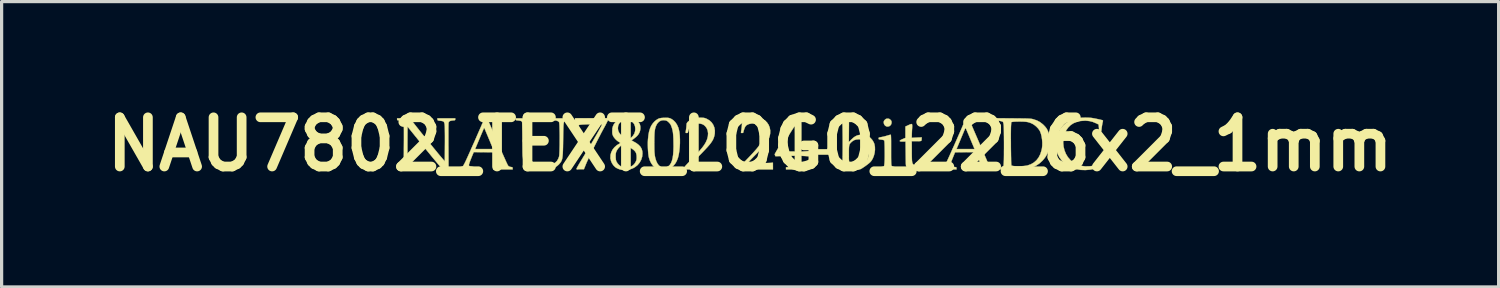
<source format=kicad_pcb>
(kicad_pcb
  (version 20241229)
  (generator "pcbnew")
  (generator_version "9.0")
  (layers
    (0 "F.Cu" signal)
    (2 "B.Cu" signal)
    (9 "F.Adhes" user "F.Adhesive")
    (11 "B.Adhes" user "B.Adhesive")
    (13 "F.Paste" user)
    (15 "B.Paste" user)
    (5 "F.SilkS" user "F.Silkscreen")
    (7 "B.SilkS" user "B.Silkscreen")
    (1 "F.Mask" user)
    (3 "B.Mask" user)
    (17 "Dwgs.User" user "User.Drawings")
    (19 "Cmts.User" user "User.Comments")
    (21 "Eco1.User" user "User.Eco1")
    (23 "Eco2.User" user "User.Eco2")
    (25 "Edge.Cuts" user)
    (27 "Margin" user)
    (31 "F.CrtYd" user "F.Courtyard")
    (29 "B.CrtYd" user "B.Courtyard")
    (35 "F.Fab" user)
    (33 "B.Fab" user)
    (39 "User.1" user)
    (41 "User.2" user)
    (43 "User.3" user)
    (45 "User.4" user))
  (footprint "NAU7802_TEXT_LOGO_22_6x2_1mm"
    (layer "F.Cu")
    (at 20.182 1.418)
    (property "Reference" "NAU7802_TEXT_LOGO_22_6x2_1mm" (at 0 0 0) (layer "F.SilkS") (effects (font (size 1.524 1.524) (thickness 0.3))))
    (attr through_hole)
    (fp_poly (pts (xy 4.294 -0.791) (xy 4.319 -0.78) (xy 4.346 -0.758) (xy 4.369 -0.731) (xy 4.379 -0.705) (xy 4.381 -0.673) (xy 4.372 -0.625) (xy 4.347 -0.586) (xy 4.31 -0.559) (xy 4.264 -0.548) (xy 4.226 -0.552) (xy 4.185 -0.573) (xy 4.155 -0.61) (xy 4.139 -0.656) (xy 4.138 -0.674) (xy 4.141 -0.708) (xy 4.152 -0.733) (xy 4.174 -0.758) (xy 4.201 -0.781) (xy 4.226 -0.791) (xy 4.26 -0.794) (xy 4.294 -0.791)) (stroke (width 0.01) (type solid)) (fill yes) (layer "F.SilkS"))
    (fp_poly (pts (xy 2.403 0.154) (xy 2.482 0.155) (xy 2.543 0.157) (xy 2.584 0.159) (xy 2.606 0.162) (xy 2.609 0.164) (xy 2.605 0.179) (xy 2.597 0.207) (xy 2.585 0.244) (xy 2.583 0.249) (xy 2.559 0.323) (xy 2.257 0.323) (xy 2.18 0.323) (xy 2.109 0.322) (xy 2.049 0.321) (xy 2.001 0.32) (xy 1.968 0.319) (xy 1.953 0.318) (xy 1.953 0.317) (xy 1.954 0.305) (xy 1.961 0.279) (xy 1.973 0.243) (xy 1.976 0.233) (xy 2.004 0.153) (xy 2.306 0.153) (xy 2.403 0.154)) (stroke (width 0.01) (type solid)) (fill yes) (layer "F.SilkS"))
    (fp_poly (pts (xy -4.392 -0.781) (xy -4.397 -0.762) (xy -4.412 -0.728) (xy -4.435 -0.68) (xy -4.466 -0.62) (xy -4.502 -0.551) (xy -4.516 -0.527) (xy -4.565 -0.436) (xy -4.619 -0.335) (xy -4.675 -0.227) (xy -4.733 -0.115) (xy -4.79 -0.001) (xy -4.847 0.113) (xy -4.901 0.222) (xy -4.951 0.326) (xy -4.996 0.42) (xy -5.035 0.503) (xy -5.066 0.572) (xy -5.08 0.606) (xy -5.148 0.773) (xy -5.233 0.773) (xy -5.276 0.773) (xy -5.313 0.775) (xy -5.337 0.778) (xy -5.34 0.779) (xy -5.36 0.78) (xy -5.369 0.777) (xy -5.376 0.76) (xy -5.376 0.754) (xy -5.371 0.742) (xy -5.356 0.714) (xy -5.332 0.672) (xy -5.302 0.619) (xy -5.265 0.557) (xy -5.224 0.489) (xy -5.198 0.446) (xy -5.109 0.299) (xy -5.024 0.159) (xy -4.946 0.027) (xy -4.874 -0.095) (xy -4.809 -0.207) (xy -4.751 -0.307) (xy -4.701 -0.395) (xy -4.66 -0.47) (xy -4.627 -0.53) (xy -4.604 -0.576) (xy -4.592 -0.605) (xy -4.59 -0.617) (xy -4.601 -0.619) (xy -4.631 -0.621) (xy -4.676 -0.622) (xy -4.733 -0.622) (xy -4.798 -0.622) (xy -4.869 -0.621) (xy -4.943 -0.619) (xy -5.016 -0.618) (xy -5.085 -0.615) (xy -5.148 -0.613) (xy -5.201 -0.61) (xy -5.237 -0.607) (xy -5.274 -0.603) (xy -5.296 -0.597) (xy -5.309 -0.586) (xy -5.318 -0.569) (xy -5.318 -0.568) (xy -5.325 -0.545) (xy -5.332 -0.507) (xy -5.34 -0.461) (xy -5.347 -0.413) (xy -5.352 -0.369) (xy -5.355 -0.336) (xy -5.355 -0.331) (xy -5.365 -0.321) (xy -5.389 -0.318) (xy -5.39 -0.318) (xy -5.424 -0.318) (xy -5.423 -0.562) (xy -5.423 -0.806) (xy -4.392 -0.81) (xy -4.392 -0.781)) (stroke (width 0.01) (type solid)) (fill yes) (layer "F.SilkS"))
    (fp_poly (pts (xy 4.355 -0.294) (xy 4.358 -0.285) (xy 4.361 -0.269) (xy 4.362 -0.244) (xy 4.364 -0.207) (xy 4.365 -0.157) (xy 4.366 -0.093) (xy 4.366 -0.012) (xy 4.366 0.088) (xy 4.366 0.172) (xy 4.366 0.291) (xy 4.366 0.391) (xy 4.367 0.472) (xy 4.368 0.537) (xy 4.37 0.587) (xy 4.372 0.623) (xy 4.375 0.648) (xy 4.378 0.661) (xy 4.379 0.664) (xy 4.401 0.684) (xy 4.438 0.699) (xy 4.483 0.708) (xy 4.506 0.709) (xy 4.53 0.711) (xy 4.539 0.722) (xy 4.54 0.743) (xy 4.54 0.778) (xy 4.264 0.778) (xy 4.19 0.778) (xy 4.123 0.777) (xy 4.066 0.777) (xy 4.022 0.776) (xy 3.994 0.775) (xy 3.984 0.773) (xy 3.98 0.761) (xy 3.979 0.745) (xy 3.981 0.731) (xy 3.988 0.722) (xy 4.006 0.715) (xy 4.037 0.71) (xy 4.08 0.704) (xy 4.114 0.698) (xy 4.138 0.687) (xy 4.145 0.682) (xy 4.152 0.661) (xy 4.158 0.62) (xy 4.163 0.561) (xy 4.167 0.484) (xy 4.169 0.391) (xy 4.169 0.283) (xy 4.168 0.162) (xy 4.168 0.162) (xy 4.167 0.078) (xy 4.165 0.012) (xy 4.163 -0.037) (xy 4.161 -0.072) (xy 4.158 -0.096) (xy 4.154 -0.112) (xy 4.149 -0.121) (xy 4.148 -0.122) (xy 4.126 -0.133) (xy 4.086 -0.141) (xy 4.055 -0.145) (xy 4.016 -0.149) (xy 3.993 -0.153) (xy 3.983 -0.16) (xy 3.98 -0.171) (xy 3.979 -0.18) (xy 3.98 -0.195) (xy 3.987 -0.204) (xy 4.003 -0.211) (xy 4.032 -0.217) (xy 4.061 -0.222) (xy 4.111 -0.232) (xy 4.17 -0.246) (xy 4.227 -0.262) (xy 4.24 -0.266) (xy 4.283 -0.279) (xy 4.32 -0.289) (xy 4.345 -0.295) (xy 4.351 -0.296) (xy 4.355 -0.294)) (stroke (width 0.01) (type solid)) (fill yes) (layer "F.SilkS"))
    (fp_poly (pts (xy 5.01 -0.623) (xy 5.012 -0.622) (xy 5.017 -0.609) (xy 5.019 -0.582) (xy 5.019 -0.538) (xy 5.016 -0.477) (xy 5.016 -0.476) (xy 5.012 -0.417) (xy 5.01 -0.357) (xy 5.008 -0.305) (xy 5.007 -0.271) (xy 5.006 -0.199) (xy 5.159 -0.207) (xy 5.313 -0.214) (xy 5.313 -0.179) (xy 5.312 -0.147) (xy 5.309 -0.124) (xy 5.301 -0.109) (xy 5.284 -0.101) (xy 5.254 -0.097) (xy 5.21 -0.095) (xy 5.153 -0.095) (xy 5.006 -0.095) (xy 5.007 0.198) (xy 5.007 0.3) (xy 5.008 0.382) (xy 5.01 0.448) (xy 5.012 0.499) (xy 5.017 0.539) (xy 5.022 0.568) (xy 5.03 0.591) (xy 5.04 0.607) (xy 5.052 0.621) (xy 5.058 0.626) (xy 5.083 0.645) (xy 5.11 0.654) (xy 5.146 0.656) (xy 5.205 0.649) (xy 5.237 0.635) (xy 5.263 0.621) (xy 5.28 0.621) (xy 5.287 0.625) (xy 5.3 0.639) (xy 5.302 0.645) (xy 5.296 0.656) (xy 5.279 0.678) (xy 5.255 0.708) (xy 5.249 0.715) (xy 5.218 0.749) (xy 5.193 0.771) (xy 5.167 0.784) (xy 5.146 0.79) (xy 5.089 0.8) (xy 5.036 0.8) (xy 4.986 0.793) (xy 4.932 0.775) (xy 4.883 0.745) (xy 4.847 0.708) (xy 4.84 0.696) (xy 4.834 0.685) (xy 4.83 0.671) (xy 4.827 0.651) (xy 4.824 0.624) (xy 4.822 0.588) (xy 4.821 0.539) (xy 4.82 0.475) (xy 4.819 0.396) (xy 4.818 0.297) (xy 4.818 0.288) (xy 4.814 -0.085) (xy 4.725 -0.085) (xy 4.681 -0.085) (xy 4.655 -0.087) (xy 4.641 -0.091) (xy 4.636 -0.099) (xy 4.636 -0.104) (xy 4.641 -0.117) (xy 4.661 -0.131) (xy 4.696 -0.149) (xy 4.723 -0.161) (xy 4.81 -0.198) (xy 4.81 -0.549) (xy 4.905 -0.593) (xy 4.95 -0.613) (xy 4.981 -0.624) (xy 5 -0.627) (xy 5.01 -0.623)) (stroke (width 0.01) (type solid)) (fill yes) (layer "F.SilkS"))
    (fp_poly (pts (xy 1.575 -0.812) (xy 1.578 -0.808) (xy 1.581 -0.797) (xy 1.583 -0.776) (xy 1.585 -0.744) (xy 1.586 -0.7) (xy 1.587 -0.643) (xy 1.588 -0.569) (xy 1.588 -0.479) (xy 1.588 -0.37) (xy 1.588 -0.292) (xy 1.587 0.225) (xy 1.831 0.21) (xy 1.831 0.373) (xy 1.709 0.365) (xy 1.587 0.358) (xy 1.588 0.473) (xy 1.588 0.547) (xy 1.592 0.603) (xy 1.599 0.644) (xy 1.613 0.671) (xy 1.635 0.689) (xy 1.667 0.699) (xy 1.71 0.704) (xy 1.741 0.706) (xy 1.831 0.712) (xy 1.831 0.745) (xy 1.831 0.778) (xy 1.111 0.778) (xy 1.111 0.745) (xy 1.111 0.712) (xy 1.217 0.706) (xy 1.273 0.702) (xy 1.315 0.696) (xy 1.345 0.684) (xy 1.365 0.664) (xy 1.377 0.634) (xy 1.384 0.589) (xy 1.386 0.529) (xy 1.386 0.472) (xy 1.386 0.356) (xy 1.084 0.363) (xy 0.782 0.37) (xy 0.772 0.343) (xy 0.765 0.32) (xy 0.762 0.308) (xy 0.767 0.297) (xy 0.782 0.27) (xy 0.805 0.229) (xy 0.809 0.222) (xy 0.908 0.222) (xy 1.386 0.222) (xy 1.386 -0.169) (xy 1.386 -0.258) (xy 1.386 -0.34) (xy 1.385 -0.412) (xy 1.385 -0.473) (xy 1.384 -0.519) (xy 1.383 -0.549) (xy 1.382 -0.561) (xy 1.382 -0.561) (xy 1.373 -0.552) (xy 1.356 -0.527) (xy 1.33 -0.489) (xy 1.298 -0.439) (xy 1.261 -0.381) (xy 1.22 -0.315) (xy 1.178 -0.245) (xy 1.134 -0.173) (xy 1.091 -0.101) (xy 1.05 -0.032) (xy 1.013 0.033) (xy 0.98 0.09) (xy 0.958 0.13) (xy 0.908 0.222) (xy 0.809 0.222) (xy 0.834 0.178) (xy 0.868 0.119) (xy 0.906 0.054) (xy 0.947 -0.015) (xy 0.988 -0.085) (xy 1.028 -0.153) (xy 1.067 -0.217) (xy 1.102 -0.274) (xy 1.132 -0.323) (xy 1.145 -0.344) (xy 1.181 -0.402) (xy 1.224 -0.47) (xy 1.269 -0.54) (xy 1.31 -0.604) (xy 1.316 -0.613) (xy 1.408 -0.755) (xy 1.484 -0.785) (xy 1.523 -0.799) (xy 1.554 -0.809) (xy 1.573 -0.812) (xy 1.575 -0.812)) (stroke (width 0.01) (type solid)) (fill yes) (layer "F.SilkS"))
    (fp_poly (pts (xy 10.457 -0.824) (xy 10.531 -0.82) (xy 10.583 -0.815) (xy 10.627 -0.807) (xy 10.678 -0.798) (xy 10.734 -0.786) (xy 10.789 -0.775) (xy 10.84 -0.763) (xy 10.882 -0.753) (xy 10.912 -0.745) (xy 10.925 -0.74) (xy 10.928 -0.727) (xy 10.924 -0.7) (xy 10.918 -0.678) (xy 10.91 -0.643) (xy 10.901 -0.595) (xy 10.893 -0.542) (xy 10.889 -0.513) (xy 10.877 -0.402) (xy 10.841 -0.402) (xy 10.82 -0.403) (xy 10.809 -0.41) (xy 10.806 -0.428) (xy 10.805 -0.452) (xy 10.804 -0.495) (xy 10.8 -0.542) (xy 10.799 -0.558) (xy 10.792 -0.613) (xy 10.714 -0.651) (xy 10.612 -0.693) (xy 10.509 -0.719) (xy 10.4 -0.73) (xy 10.361 -0.73) (xy 10.234 -0.721) (xy 10.119 -0.695) (xy 10.016 -0.652) (xy 9.926 -0.593) (xy 9.85 -0.518) (xy 9.788 -0.429) (xy 9.742 -0.324) (xy 9.711 -0.206) (xy 9.705 -0.167) (xy 9.697 -0.045) (xy 9.708 0.075) (xy 9.737 0.191) (xy 9.782 0.3) (xy 9.842 0.399) (xy 9.917 0.486) (xy 10.004 0.559) (xy 10.044 0.585) (xy 10.149 0.636) (xy 10.26 0.669) (xy 10.38 0.684) (xy 10.51 0.681) (xy 10.542 0.678) (xy 10.642 0.664) (xy 10.726 0.646) (xy 10.797 0.62) (xy 10.86 0.588) (xy 10.901 0.566) (xy 10.927 0.558) (xy 10.939 0.565) (xy 10.938 0.587) (xy 10.928 0.618) (xy 10.917 0.646) (xy 10.905 0.665) (xy 10.888 0.68) (xy 10.862 0.693) (xy 10.821 0.71) (xy 10.812 0.714) (xy 10.674 0.758) (xy 10.529 0.787) (xy 10.382 0.799) (xy 10.239 0.794) (xy 10.229 0.793) (xy 10.089 0.768) (xy 9.961 0.726) (xy 9.845 0.669) (xy 9.742 0.595) (xy 9.653 0.508) (xy 9.579 0.406) (xy 9.521 0.292) (xy 9.486 0.191) (xy 9.474 0.126) (xy 9.467 0.05) (xy 9.466 -0.033) (xy 9.47 -0.115) (xy 9.479 -0.19) (xy 9.492 -0.243) (xy 9.541 -0.369) (xy 9.605 -0.48) (xy 9.685 -0.576) (xy 9.78 -0.657) (xy 9.888 -0.723) (xy 10.011 -0.774) (xy 10.147 -0.808) (xy 10.157 -0.81) (xy 10.219 -0.818) (xy 10.295 -0.823) (xy 10.376 -0.825) (xy 10.457 -0.824)) (stroke (width 0.01) (type solid)) (fill yes) (layer "F.SilkS"))
    (fp_poly (pts (xy 0.178 -0.824) (xy 0.234 -0.821) (xy 0.274 -0.818) (xy 0.306 -0.812) (xy 0.336 -0.802) (xy 0.37 -0.787) (xy 0.379 -0.783) (xy 0.459 -0.736) (xy 0.524 -0.674) (xy 0.574 -0.6) (xy 0.607 -0.516) (xy 0.623 -0.425) (xy 0.62 -0.329) (xy 0.61 -0.273) (xy 0.597 -0.225) (xy 0.581 -0.18) (xy 0.559 -0.135) (xy 0.532 -0.088) (xy 0.497 -0.038) (xy 0.453 0.018) (xy 0.399 0.081) (xy 0.333 0.152) (xy 0.255 0.234) (xy 0.162 0.329) (xy 0.155 0.336) (xy 0.097 0.395) (xy 0.045 0.449) (xy 0.000202 0.496) (xy -0.035 0.535) (xy -0.06 0.563) (xy -0.073 0.58) (xy -0.074 0.583) (xy -0.052 0.584) (xy -0.013 0.585) (xy 0.041 0.585) (xy 0.106 0.585) (xy 0.179 0.584) (xy 0.256 0.584) (xy 0.335 0.583) (xy 0.411 0.582) (xy 0.482 0.581) (xy 0.544 0.58) (xy 0.594 0.578) (xy 0.629 0.577) (xy 0.641 0.576) (xy 0.706 0.57) (xy 0.707 0.778) (xy -0.339 0.778) (xy -0.338 0.746) (xy -0.336 0.736) (xy -0.33 0.722) (xy -0.317 0.703) (xy -0.297 0.678) (xy -0.268 0.646) (xy -0.229 0.603) (xy -0.179 0.55) (xy -0.115 0.483) (xy -0.084 0.451) (xy 0.009 0.354) (xy 0.087 0.27) (xy 0.153 0.197) (xy 0.208 0.133) (xy 0.253 0.076) (xy 0.29 0.024) (xy 0.321 -0.024) (xy 0.344 -0.064) (xy 0.384 -0.157) (xy 0.407 -0.248) (xy 0.413 -0.336) (xy 0.402 -0.418) (xy 0.374 -0.491) (xy 0.336 -0.546) (xy 0.29 -0.59) (xy 0.242 -0.619) (xy 0.185 -0.636) (xy 0.121 -0.643) (xy 0.034 -0.641) (xy -0.04 -0.626) (xy -0.1 -0.597) (xy -0.12 -0.582) (xy -0.143 -0.556) (xy -0.163 -0.52) (xy -0.183 -0.47) (xy -0.184 -0.466) (xy -0.197 -0.425) (xy -0.206 -0.391) (xy -0.211 -0.369) (xy -0.212 -0.365) (xy -0.219 -0.354) (xy -0.243 -0.349) (xy -0.249 -0.349) (xy -0.274 -0.351) (xy -0.283 -0.358) (xy -0.282 -0.378) (xy -0.281 -0.384) (xy -0.271 -0.446) (xy -0.263 -0.508) (xy -0.257 -0.563) (xy -0.254 -0.606) (xy -0.254 -0.612) (xy -0.25 -0.644) (xy -0.234 -0.673) (xy -0.206 -0.703) (xy -0.162 -0.737) (xy -0.138 -0.753) (xy -0.073 -0.788) (xy -0.002 -0.811) (xy 0.079 -0.822) (xy 0.174 -0.824) (xy 0.178 -0.824)) (stroke (width 0.01) (type solid)) (fill yes) (layer "F.SilkS"))
    (fp_poly (pts (xy -1.536 -0.824) (xy -1.481 -0.821) (xy -1.44 -0.818) (xy -1.408 -0.812) (xy -1.378 -0.802) (xy -1.344 -0.787) (xy -1.336 -0.783) (xy -1.256 -0.736) (xy -1.19 -0.674) (xy -1.141 -0.6) (xy -1.107 -0.516) (xy -1.092 -0.425) (xy -1.095 -0.329) (xy -1.105 -0.273) (xy -1.118 -0.225) (xy -1.134 -0.18) (xy -1.155 -0.134) (xy -1.183 -0.087) (xy -1.218 -0.037) (xy -1.262 0.019) (xy -1.317 0.082) (xy -1.383 0.154) (xy -1.462 0.237) (xy -1.555 0.332) (xy -1.557 0.334) (xy -1.616 0.393) (xy -1.669 0.447) (xy -1.716 0.495) (xy -1.753 0.534) (xy -1.781 0.563) (xy -1.796 0.579) (xy -1.799 0.583) (xy -1.789 0.584) (xy -1.761 0.585) (xy -1.717 0.586) (xy -1.661 0.586) (xy -1.596 0.586) (xy -1.525 0.586) (xy -1.45 0.585) (xy -1.375 0.584) (xy -1.302 0.583) (xy -1.235 0.582) (xy -1.176 0.581) (xy -1.129 0.579) (xy -1.1 0.578) (xy -1.009 0.572) (xy -1.008 0.675) (xy -1.008 0.778) (xy -2.053 0.778) (xy -2.053 0.746) (xy -2.051 0.736) (xy -2.044 0.722) (xy -2.032 0.703) (xy -2.012 0.678) (xy -1.983 0.646) (xy -1.944 0.603) (xy -1.893 0.55) (xy -1.83 0.483) (xy -1.798 0.451) (xy -1.706 0.354) (xy -1.628 0.27) (xy -1.562 0.197) (xy -1.507 0.133) (xy -1.462 0.076) (xy -1.424 0.024) (xy -1.394 -0.024) (xy -1.371 -0.064) (xy -1.331 -0.157) (xy -1.308 -0.248) (xy -1.302 -0.336) (xy -1.313 -0.418) (xy -1.341 -0.491) (xy -1.379 -0.546) (xy -1.424 -0.59) (xy -1.472 -0.619) (xy -1.529 -0.636) (xy -1.594 -0.643) (xy -1.68 -0.641) (xy -1.755 -0.626) (xy -1.815 -0.597) (xy -1.835 -0.582) (xy -1.858 -0.556) (xy -1.878 -0.52) (xy -1.897 -0.47) (xy -1.898 -0.466) (xy -1.911 -0.425) (xy -1.921 -0.391) (xy -1.926 -0.369) (xy -1.926 -0.365) (xy -1.934 -0.354) (xy -1.958 -0.349) (xy -1.964 -0.349) (xy -1.988 -0.351) (xy -1.997 -0.358) (xy -1.996 -0.378) (xy -1.995 -0.384) (xy -1.986 -0.446) (xy -1.977 -0.508) (xy -1.972 -0.563) (xy -1.969 -0.606) (xy -1.969 -0.612) (xy -1.964 -0.644) (xy -1.949 -0.673) (xy -1.92 -0.703) (xy -1.876 -0.737) (xy -1.852 -0.753) (xy -1.787 -0.788) (xy -1.716 -0.811) (xy -1.636 -0.822) (xy -1.54 -0.824) (xy -1.536 -0.824)) (stroke (width 0.01) (type solid)) (fill yes) (layer "F.SilkS"))
    (fp_poly (pts (xy -2.585 -0.82) (xy -2.545 -0.818) (xy -2.515 -0.814) (xy -2.489 -0.807) (xy -2.462 -0.796) (xy -2.452 -0.792) (xy -2.382 -0.747) (xy -2.319 -0.685) (xy -2.266 -0.608) (xy -2.225 -0.518) (xy -2.208 -0.459) (xy -2.19 -0.37) (xy -2.179 -0.265) (xy -2.174 -0.15) (xy -2.174 -0.03) (xy -2.181 0.092) (xy -2.193 0.208) (xy -2.21 0.316) (xy -2.232 0.409) (xy -2.24 0.434) (xy -2.274 0.52) (xy -2.313 0.59) (xy -2.362 0.651) (xy -2.391 0.68) (xy -2.454 0.731) (xy -2.517 0.766) (xy -2.588 0.788) (xy -2.616 0.793) (xy -2.665 0.8) (xy -2.704 0.802) (xy -2.743 0.8) (xy -2.784 0.794) (xy -2.867 0.769) (xy -2.942 0.726) (xy -3.008 0.665) (xy -3.064 0.588) (xy -3.108 0.496) (xy -3.134 0.414) (xy -3.145 0.36) (xy -3.154 0.288) (xy -3.161 0.206) (xy -3.166 0.117) (xy -3.168 0.025) (xy -3.168 -0.048) (xy -2.968 -0.048) (xy -2.967 0.064) (xy -2.966 0.158) (xy -2.963 0.236) (xy -2.957 0.303) (xy -2.95 0.361) (xy -2.94 0.413) (xy -2.926 0.462) (xy -2.91 0.512) (xy -2.904 0.528) (xy -2.872 0.594) (xy -2.831 0.649) (xy -2.783 0.69) (xy -2.758 0.704) (xy -2.714 0.715) (xy -2.662 0.718) (xy -2.609 0.713) (xy -2.574 0.703) (xy -2.525 0.675) (xy -2.484 0.635) (xy -2.45 0.581) (xy -2.422 0.512) (xy -2.4 0.427) (xy -2.385 0.326) (xy -2.376 0.207) (xy -2.372 0.069) (xy -2.374 -0.073) (xy -2.376 -0.17) (xy -2.38 -0.25) (xy -2.385 -0.316) (xy -2.391 -0.372) (xy -2.4 -0.421) (xy -2.411 -0.468) (xy -2.425 -0.516) (xy -2.432 -0.534) (xy -2.45 -0.584) (xy -2.471 -0.622) (xy -2.497 -0.655) (xy -2.514 -0.673) (xy -2.548 -0.705) (xy -2.578 -0.725) (xy -2.611 -0.737) (xy -2.623 -0.74) (xy -2.697 -0.746) (xy -2.763 -0.733) (xy -2.821 -0.7) (xy -2.87 -0.649) (xy -2.898 -0.603) (xy -2.916 -0.564) (xy -2.931 -0.524) (xy -2.943 -0.48) (xy -2.952 -0.43) (xy -2.959 -0.372) (xy -2.963 -0.302) (xy -2.966 -0.217) (xy -2.967 -0.116) (xy -2.968 -0.048) (xy -3.168 -0.048) (xy -3.168 -0.063) (xy -3.164 -0.143) (xy -3.163 -0.157) (xy -3.149 -0.287) (xy -3.128 -0.4) (xy -3.098 -0.496) (xy -3.059 -0.58) (xy -3.01 -0.651) (xy -2.958 -0.708) (xy -2.907 -0.751) (xy -2.859 -0.782) (xy -2.809 -0.803) (xy -2.751 -0.814) (xy -2.679 -0.819) (xy -2.641 -0.82) (xy -2.585 -0.82)) (stroke (width 0.01) (type solid)) (fill yes) (layer "F.SilkS"))
    (fp_poly (pts (xy -8.167 -0.816) (xy -8.161 -0.813) (xy -8.155 -0.806) (xy -8.146 -0.794) (xy -8.136 -0.776) (xy -8.123 -0.751) (xy -8.107 -0.718) (xy -8.087 -0.674) (xy -8.062 -0.619) (xy -8.033 -0.552) (xy -7.997 -0.471) (xy -7.956 -0.375) (xy -7.907 -0.262) (xy -7.851 -0.132) (xy -7.832 -0.088) (xy -7.772 0.053) (xy -7.716 0.181) (xy -7.665 0.297) (xy -7.62 0.398) (xy -7.581 0.485) (xy -7.549 0.556) (xy -7.523 0.61) (xy -7.505 0.647) (xy -7.494 0.665) (xy -7.493 0.667) (xy -7.465 0.688) (xy -7.427 0.701) (xy -7.411 0.703) (xy -7.378 0.709) (xy -7.362 0.715) (xy -7.356 0.728) (xy -7.355 0.744) (xy -7.355 0.778) (xy -7.959 0.778) (xy -7.959 0.745) (xy -7.959 0.712) (xy -7.872 0.705) (xy -7.819 0.699) (xy -7.785 0.691) (xy -7.765 0.679) (xy -7.758 0.663) (xy -7.758 0.658) (xy -7.762 0.643) (xy -7.772 0.612) (xy -7.788 0.567) (xy -7.809 0.514) (xy -7.832 0.453) (xy -7.836 0.445) (xy -7.914 0.249) (xy -8.56 0.243) (xy -8.61 0.362) (xy -8.643 0.444) (xy -8.671 0.515) (xy -8.692 0.573) (xy -8.705 0.616) (xy -8.71 0.643) (xy -8.71 0.644) (xy -8.706 0.663) (xy -8.692 0.677) (xy -8.664 0.688) (xy -8.619 0.697) (xy -8.601 0.7) (xy -8.52 0.712) (xy -8.52 0.745) (xy -8.52 0.778) (xy -9.038 0.778) (xy -9.038 0.745) (xy -9.037 0.726) (xy -9.03 0.715) (xy -9.013 0.71) (xy -8.98 0.707) (xy -8.934 0.699) (xy -8.902 0.683) (xy -8.896 0.678) (xy -8.883 0.661) (xy -8.864 0.628) (xy -8.84 0.583) (xy -8.814 0.53) (xy -8.796 0.492) (xy -8.772 0.44) (xy -8.742 0.374) (xy -8.707 0.296) (xy -8.668 0.209) (xy -8.641 0.148) (xy -8.517 0.148) (xy -7.959 0.148) (xy -7.968 0.124) (xy -7.975 0.109) (xy -7.988 0.076) (xy -8.008 0.03) (xy -8.032 -0.028) (xy -8.059 -0.094) (xy -8.089 -0.164) (xy -8.119 -0.237) (xy -8.148 -0.305) (xy -8.173 -0.365) (xy -8.194 -0.415) (xy -8.209 -0.451) (xy -8.217 -0.47) (xy -8.229 -0.494) (xy -8.237 -0.506) (xy -8.239 -0.506) (xy -8.245 -0.495) (xy -8.257 -0.467) (xy -8.275 -0.425) (xy -8.299 -0.369) (xy -8.327 -0.304) (xy -8.358 -0.23) (xy -8.381 -0.176) (xy -8.517 0.148) (xy -8.641 0.148) (xy -8.626 0.114) (xy -8.582 0.014) (xy -8.536 -0.088) (xy -8.491 -0.19) (xy -8.448 -0.29) (xy -8.406 -0.385) (xy -8.368 -0.472) (xy -8.334 -0.55) (xy -8.306 -0.615) (xy -8.284 -0.666) (xy -8.271 -0.699) (xy -8.252 -0.742) (xy -8.235 -0.778) (xy -8.222 -0.803) (xy -8.217 -0.81) (xy -8.197 -0.818) (xy -8.173 -0.818) (xy -8.167 -0.816)) (stroke (width 0.01) (type solid)) (fill yes) (layer "F.SilkS"))
    (fp_poly (pts (xy 3.057 -0.883) (xy 3.059 -0.872) (xy 3.06 -0.841) (xy 3.061 -0.794) (xy 3.061 -0.733) (xy 3.061 -0.66) (xy 3.061 -0.578) (xy 3.06 -0.488) (xy 3.06 -0.473) (xy 3.057 -0.069) (xy 3.14 -0.15) (xy 3.202 -0.207) (xy 3.26 -0.247) (xy 3.318 -0.274) (xy 3.381 -0.289) (xy 3.435 -0.294) (xy 3.511 -0.294) (xy 3.574 -0.283) (xy 3.578 -0.282) (xy 3.655 -0.249) (xy 3.725 -0.199) (xy 3.783 -0.134) (xy 3.828 -0.059) (xy 3.849 -0.005) (xy 3.865 0.081) (xy 3.867 0.175) (xy 3.855 0.27) (xy 3.831 0.362) (xy 3.796 0.447) (xy 3.75 0.52) (xy 3.722 0.552) (xy 3.69 0.581) (xy 3.646 0.617) (xy 3.594 0.656) (xy 3.541 0.694) (xy 3.49 0.728) (xy 3.448 0.755) (xy 3.427 0.766) (xy 3.367 0.786) (xy 3.295 0.798) (xy 3.22 0.799) (xy 3.17 0.794) (xy 3.133 0.784) (xy 3.088 0.767) (xy 3.044 0.747) (xy 3.044 0.747) (xy 2.971 0.709) (xy 2.93 0.746) (xy 2.903 0.77) (xy 2.886 0.78) (xy 2.872 0.781) (xy 2.861 0.775) (xy 2.855 0.765) (xy 2.853 0.743) (xy 2.854 0.707) (xy 2.858 0.672) (xy 2.86 0.641) (xy 2.862 0.591) (xy 2.863 0.526) (xy 2.864 0.447) (xy 2.865 0.357) (xy 2.866 0.3) (xy 3.059 0.3) (xy 3.059 0.384) (xy 3.059 0.449) (xy 3.062 0.499) (xy 3.066 0.536) (xy 3.074 0.563) (xy 3.085 0.584) (xy 3.102 0.6) (xy 3.123 0.615) (xy 3.151 0.632) (xy 3.151 0.632) (xy 3.229 0.667) (xy 3.308 0.683) (xy 3.387 0.681) (xy 3.461 0.66) (xy 3.483 0.649) (xy 3.535 0.615) (xy 3.575 0.573) (xy 3.61 0.516) (xy 3.614 0.509) (xy 3.642 0.447) (xy 3.66 0.387) (xy 3.669 0.322) (xy 3.671 0.247) (xy 3.67 0.213) (xy 3.668 0.156) (xy 3.664 0.114) (xy 3.657 0.08) (xy 3.647 0.05) (xy 3.636 0.024) (xy 3.597 -0.042) (xy 3.546 -0.096) (xy 3.487 -0.134) (xy 3.483 -0.135) (xy 3.445 -0.146) (xy 3.39 -0.152) (xy 3.36 -0.153) (xy 3.287 -0.147) (xy 3.226 -0.129) (xy 3.17 -0.095) (xy 3.132 -0.062) (xy 3.11 -0.04) (xy 3.093 -0.019) (xy 3.08 0.003) (xy 3.071 0.029) (xy 3.065 0.063) (xy 3.061 0.108) (xy 3.059 0.165) (xy 3.059 0.239) (xy 3.059 0.3) (xy 2.866 0.3) (xy 2.866 0.258) (xy 2.867 0.154) (xy 2.867 0.047) (xy 2.867 -0.061) (xy 2.867 -0.167) (xy 2.866 -0.268) (xy 2.865 -0.363) (xy 2.864 -0.448) (xy 2.863 -0.52) (xy 2.861 -0.578) (xy 2.859 -0.619) (xy 2.858 -0.628) (xy 2.852 -0.683) (xy 2.844 -0.717) (xy 2.835 -0.731) (xy 2.818 -0.736) (xy 2.786 -0.739) (xy 2.749 -0.741) (xy 2.678 -0.741) (xy 2.678 -0.772) (xy 2.68 -0.793) (xy 2.691 -0.804) (xy 2.717 -0.81) (xy 2.806 -0.825) (xy 2.887 -0.842) (xy 2.953 -0.859) (xy 2.988 -0.869) (xy 3.022 -0.879) (xy 3.047 -0.884) (xy 3.057 -0.883)) (stroke (width 0.01) (type solid)) (fill yes) (layer "F.SilkS"))
    (fp_poly (pts (xy -9.133 -0.774) (xy -9.134 -0.758) (xy -9.14 -0.749) (xy -9.155 -0.743) (xy -9.184 -0.74) (xy -9.209 -0.738) (xy -9.265 -0.73) (xy -9.304 -0.716) (xy -9.328 -0.695) (xy -9.34 -0.665) (xy -9.34 -0.663) (xy -9.341 -0.647) (xy -9.342 -0.611) (xy -9.343 -0.557) (xy -9.344 -0.489) (xy -9.344 -0.406) (xy -9.344 -0.311) (xy -9.344 -0.206) (xy -9.344 -0.093) (xy -9.344 0.026) (xy -9.343 0.088) (xy -9.34 0.804) (xy -9.366 0.803) (xy -9.391 0.801) (xy -9.427 0.794) (xy -9.456 0.787) (xy -9.505 0.771) (xy -9.544 0.749) (xy -9.55 0.743) (xy -9.57 0.722) (xy -9.603 0.685) (xy -9.648 0.632) (xy -9.705 0.565) (xy -9.773 0.483) (xy -9.852 0.388) (xy -9.941 0.279) (xy -10.04 0.158) (xy -10.148 0.025) (xy -10.255 -0.108) (xy -10.61 -0.547) (xy -10.613 -0.027) (xy -10.613 0.115) (xy -10.613 0.237) (xy -10.613 0.341) (xy -10.611 0.428) (xy -10.609 0.499) (xy -10.606 0.556) (xy -10.601 0.601) (xy -10.596 0.634) (xy -10.59 0.657) (xy -10.583 0.671) (xy -10.58 0.674) (xy -10.563 0.683) (xy -10.53 0.693) (xy -10.49 0.701) (xy -10.484 0.702) (xy -10.443 0.708) (xy -10.419 0.713) (xy -10.408 0.721) (xy -10.404 0.732) (xy -10.403 0.746) (xy -10.403 0.778) (xy -10.933 0.778) (xy -10.933 0.743) (xy -10.933 0.709) (xy -10.872 0.709) (xy -10.821 0.707) (xy -10.787 0.701) (xy -10.764 0.689) (xy -10.748 0.669) (xy -10.744 0.663) (xy -10.74 0.654) (xy -10.737 0.643) (xy -10.734 0.626) (xy -10.732 0.604) (xy -10.73 0.573) (xy -10.728 0.533) (xy -10.727 0.481) (xy -10.726 0.417) (xy -10.725 0.337) (xy -10.724 0.241) (xy -10.724 0.128) (xy -10.723 0.011) (xy -10.722 -0.126) (xy -10.722 -0.244) (xy -10.722 -0.343) (xy -10.722 -0.426) (xy -10.723 -0.494) (xy -10.725 -0.55) (xy -10.727 -0.593) (xy -10.731 -0.627) (xy -10.736 -0.653) (xy -10.741 -0.672) (xy -10.748 -0.686) (xy -10.757 -0.697) (xy -10.767 -0.705) (xy -10.774 -0.711) (xy -10.801 -0.723) (xy -10.84 -0.733) (xy -10.866 -0.737) (xy -10.902 -0.741) (xy -10.922 -0.746) (xy -10.931 -0.755) (xy -10.933 -0.77) (xy -10.933 -0.774) (xy -10.933 -0.804) (xy -10.734 -0.804) (xy -10.536 -0.804) (xy -10.403 -0.633) (xy -10.359 -0.576) (xy -10.304 -0.507) (xy -10.242 -0.428) (xy -10.173 -0.342) (xy -10.099 -0.251) (xy -10.023 -0.156) (xy -9.947 -0.062) (xy -9.871 0.031) (xy -9.799 0.12) (xy -9.731 0.202) (xy -9.671 0.276) (xy -9.619 0.339) (xy -9.577 0.388) (xy -9.563 0.405) (xy -9.456 0.529) (xy -9.453 0.04) (xy -9.452 -0.065) (xy -9.452 -0.166) (xy -9.452 -0.263) (xy -9.453 -0.351) (xy -9.454 -0.428) (xy -9.455 -0.491) (xy -9.456 -0.538) (xy -9.457 -0.56) (xy -9.462 -0.62) (xy -9.471 -0.663) (xy -9.485 -0.692) (xy -9.507 -0.71) (xy -9.54 -0.72) (xy -9.574 -0.725) (xy -9.623 -0.73) (xy -9.655 -0.736) (xy -9.673 -0.742) (xy -9.681 -0.751) (xy -9.684 -0.765) (xy -9.684 -0.773) (xy -9.684 -0.804) (xy -9.133 -0.804) (xy -9.133 -0.774)) (stroke (width 0.01) (type solid)) (fill yes) (layer "F.SilkS"))
    (fp_poly (pts (xy 6.733 -0.816) (xy 6.734 -0.816) (xy 6.74 -0.814) (xy 6.747 -0.811) (xy 6.754 -0.805) (xy 6.761 -0.795) (xy 6.771 -0.78) (xy 6.783 -0.758) (xy 6.798 -0.727) (xy 6.816 -0.688) (xy 6.839 -0.637) (xy 6.867 -0.575) (xy 6.9 -0.499) (xy 6.939 -0.408) (xy 6.985 -0.301) (xy 7.039 -0.177) (xy 7.07 -0.105) (xy 7.12 0.011) (xy 7.168 0.122) (xy 7.213 0.226) (xy 7.255 0.322) (xy 7.292 0.408) (xy 7.325 0.483) (xy 7.351 0.544) (xy 7.372 0.591) (xy 7.385 0.621) (xy 7.391 0.632) (xy 7.416 0.668) (xy 7.451 0.69) (xy 7.501 0.703) (xy 7.506 0.704) (xy 7.537 0.71) (xy 7.551 0.717) (xy 7.556 0.731) (xy 7.556 0.745) (xy 7.556 0.778) (xy 6.953 0.778) (xy 6.953 0.743) (xy 6.955 0.722) (xy 6.963 0.712) (xy 6.983 0.709) (xy 6.998 0.709) (xy 7.044 0.706) (xy 7.087 0.699) (xy 7.122 0.69) (xy 7.142 0.68) (xy 7.144 0.677) (xy 7.147 0.67) (xy 7.148 0.659) (xy 7.146 0.644) (xy 7.139 0.62) (xy 7.127 0.586) (xy 7.11 0.54) (xy 7.086 0.478) (xy 7.068 0.431) (xy 6.994 0.243) (xy 6.67 0.246) (xy 6.346 0.249) (xy 6.278 0.417) (xy 6.254 0.476) (xy 6.234 0.531) (xy 6.218 0.579) (xy 6.207 0.615) (xy 6.204 0.63) (xy 6.202 0.658) (xy 6.207 0.673) (xy 6.223 0.682) (xy 6.235 0.686) (xy 6.266 0.693) (xy 6.307 0.7) (xy 6.331 0.704) (xy 6.366 0.708) (xy 6.384 0.714) (xy 6.391 0.724) (xy 6.392 0.742) (xy 6.392 0.744) (xy 6.392 0.778) (xy 6.132 0.778) (xy 6.06 0.778) (xy 5.995 0.777) (xy 5.941 0.776) (xy 5.9 0.776) (xy 5.874 0.774) (xy 5.868 0.773) (xy 5.864 0.761) (xy 5.863 0.74) (xy 5.864 0.724) (xy 5.872 0.715) (xy 5.89 0.71) (xy 5.924 0.707) (xy 5.926 0.707) (xy 5.963 0.702) (xy 5.993 0.694) (xy 6.006 0.688) (xy 6.018 0.673) (xy 6.036 0.643) (xy 6.058 0.604) (xy 6.075 0.572) (xy 6.091 0.539) (xy 6.114 0.489) (xy 6.144 0.424) (xy 6.179 0.347) (xy 6.218 0.26) (xy 6.26 0.165) (xy 6.268 0.148) (xy 6.392 0.148) (xy 6.951 0.148) (xy 6.82 -0.164) (xy 6.788 -0.241) (xy 6.758 -0.312) (xy 6.731 -0.375) (xy 6.709 -0.427) (xy 6.692 -0.466) (xy 6.682 -0.49) (xy 6.679 -0.495) (xy 6.672 -0.503) (xy 6.664 -0.496) (xy 6.652 -0.471) (xy 6.652 -0.47) (xy 6.643 -0.449) (xy 6.627 -0.412) (xy 6.606 -0.361) (xy 6.58 -0.3) (xy 6.552 -0.233) (xy 6.53 -0.18) (xy 6.501 -0.11) (xy 6.473 -0.044) (xy 6.449 0.014) (xy 6.429 0.061) (xy 6.415 0.094) (xy 6.409 0.108) (xy 6.392 0.148) (xy 6.268 0.148) (xy 6.305 0.065) (xy 6.351 -0.038) (xy 6.397 -0.142) (xy 6.441 -0.243) (xy 6.484 -0.341) (xy 6.524 -0.432) (xy 6.56 -0.514) (xy 6.59 -0.585) (xy 6.615 -0.642) (xy 6.632 -0.684) (xy 6.633 -0.688) (xy 6.653 -0.735) (xy 6.67 -0.775) (xy 6.683 -0.803) (xy 6.691 -0.816) (xy 6.691 -0.816) (xy 6.708 -0.819) (xy 6.733 -0.816)) (stroke (width 0.01) (type solid)) (fill yes) (layer "F.SilkS"))
    (fp_poly (pts (xy 8.167 -0.802) (xy 8.286 -0.801) (xy 8.385 -0.8) (xy 8.468 -0.799) (xy 8.535 -0.798) (xy 8.59 -0.796) (xy 8.634 -0.794) (xy 8.669 -0.792) (xy 8.697 -0.789) (xy 8.721 -0.786) (xy 8.742 -0.782) (xy 8.763 -0.777) (xy 8.772 -0.774) (xy 8.88 -0.738) (xy 8.975 -0.688) (xy 9.062 -0.621) (xy 9.092 -0.593) (xy 9.141 -0.541) (xy 9.179 -0.492) (xy 9.209 -0.439) (xy 9.236 -0.375) (xy 9.251 -0.333) (xy 9.26 -0.304) (xy 9.267 -0.276) (xy 9.272 -0.246) (xy 9.274 -0.21) (xy 9.276 -0.162) (xy 9.276 -0.098) (xy 9.276 -0.079) (xy 9.276 -0.013) (xy 9.275 0.037) (xy 9.273 0.075) (xy 9.269 0.106) (xy 9.262 0.135) (xy 9.253 0.166) (xy 9.241 0.201) (xy 9.204 0.294) (xy 9.16 0.374) (xy 9.105 0.449) (xy 9.055 0.507) (xy 8.962 0.592) (xy 8.86 0.661) (xy 8.748 0.714) (xy 8.621 0.754) (xy 8.599 0.759) (xy 8.575 0.764) (xy 8.546 0.767) (xy 8.51 0.77) (xy 8.464 0.773) (xy 8.407 0.774) (xy 8.336 0.776) (xy 8.248 0.776) (xy 8.141 0.777) (xy 8.136 0.777) (xy 7.747 0.778) (xy 7.747 0.754) (xy 7.754 0.734) (xy 7.777 0.713) (xy 7.798 0.698) (xy 7.85 0.667) (xy 7.856 0.564) (xy 7.858 0.525) (xy 7.86 0.469) (xy 7.861 0.399) (xy 7.862 0.317) (xy 7.862 0.226) (xy 7.863 0.129) (xy 7.863 0.028) (xy 7.863 -0.074) (xy 7.862 -0.174) (xy 7.862 -0.233) (xy 8.075 -0.233) (xy 8.075 -0.138) (xy 8.076 -0.04) (xy 8.076 0.06) (xy 8.077 0.16) (xy 8.079 0.256) (xy 8.08 0.347) (xy 8.082 0.431) (xy 8.083 0.505) (xy 8.085 0.566) (xy 8.087 0.614) (xy 8.09 0.644) (xy 8.092 0.656) (xy 8.113 0.666) (xy 8.151 0.673) (xy 8.203 0.679) (xy 8.264 0.681) (xy 8.331 0.681) (xy 8.401 0.679) (xy 8.468 0.674) (xy 8.53 0.667) (xy 8.582 0.658) (xy 8.591 0.656) (xy 8.696 0.619) (xy 8.789 0.565) (xy 8.869 0.495) (xy 8.935 0.409) (xy 8.987 0.308) (xy 9.024 0.191) (xy 9.039 0.123) (xy 9.048 0.039) (xy 9.049 -0.052) (xy 9.042 -0.146) (xy 9.028 -0.238) (xy 9.008 -0.322) (xy 8.982 -0.393) (xy 8.967 -0.423) (xy 8.922 -0.487) (xy 8.864 -0.548) (xy 8.799 -0.6) (xy 8.754 -0.628) (xy 8.701 -0.654) (xy 8.651 -0.673) (xy 8.6 -0.687) (xy 8.543 -0.696) (xy 8.475 -0.701) (xy 8.393 -0.703) (xy 8.366 -0.703) (xy 8.302 -0.703) (xy 8.242 -0.702) (xy 8.191 -0.7) (xy 8.152 -0.697) (xy 8.137 -0.695) (xy 8.088 -0.687) (xy 8.08 -0.566) (xy 8.078 -0.525) (xy 8.077 -0.469) (xy 8.076 -0.401) (xy 8.075 -0.321) (xy 8.075 -0.233) (xy 7.862 -0.233) (xy 7.861 -0.27) (xy 7.86 -0.36) (xy 7.859 -0.439) (xy 7.858 -0.507) (xy 7.856 -0.559) (xy 7.854 -0.594) (xy 7.853 -0.602) (xy 7.847 -0.642) (xy 7.838 -0.675) (xy 7.83 -0.694) (xy 7.829 -0.695) (xy 7.811 -0.704) (xy 7.779 -0.714) (xy 7.74 -0.723) (xy 7.735 -0.724) (xy 7.695 -0.731) (xy 7.672 -0.737) (xy 7.66 -0.745) (xy 7.655 -0.758) (xy 7.654 -0.771) (xy 7.65 -0.806) (xy 8.167 -0.802)) (stroke (width 0.01) (type solid)) (fill yes) (layer "F.SilkS"))
    (fp_poly (pts (xy -6.615 -0.774) (xy -6.615 -0.759) (xy -6.621 -0.749) (xy -6.635 -0.744) (xy -6.663 -0.74) (xy -6.694 -0.737) (xy -6.748 -0.731) (xy -6.784 -0.723) (xy -6.807 -0.71) (xy -6.82 -0.691) (xy -6.823 -0.68) (xy -6.825 -0.664) (xy -6.827 -0.628) (xy -6.828 -0.577) (xy -6.829 -0.51) (xy -6.83 -0.431) (xy -6.831 -0.342) (xy -6.831 -0.245) (xy -6.832 -0.142) (xy -6.832 -0.138) (xy -6.832 -0.01) (xy -6.831 0.098) (xy -6.83 0.189) (xy -6.829 0.264) (xy -6.827 0.325) (xy -6.823 0.374) (xy -6.818 0.414) (xy -6.811 0.445) (xy -6.802 0.47) (xy -6.792 0.49) (xy -6.778 0.507) (xy -6.763 0.524) (xy -6.744 0.542) (xy -6.743 0.542) (xy -6.711 0.57) (xy -6.679 0.595) (xy -6.659 0.607) (xy -6.601 0.629) (xy -6.528 0.645) (xy -6.446 0.654) (xy -6.36 0.656) (xy -6.275 0.651) (xy -6.196 0.637) (xy -6.185 0.635) (xy -6.1 0.606) (xy -6.033 0.567) (xy -5.981 0.516) (xy -5.942 0.449) (xy -5.918 0.384) (xy -5.913 0.357) (xy -5.909 0.313) (xy -5.906 0.255) (xy -5.903 0.183) (xy -5.901 0.102) (xy -5.899 0.014) (xy -5.899 -0.079) (xy -5.898 -0.173) (xy -5.898 -0.267) (xy -5.899 -0.358) (xy -5.901 -0.442) (xy -5.903 -0.518) (xy -5.905 -0.583) (xy -5.909 -0.634) (xy -5.913 -0.669) (xy -5.916 -0.683) (xy -5.942 -0.71) (xy -5.985 -0.729) (xy -6.046 -0.739) (xy -6.077 -0.74) (xy -6.108 -0.741) (xy -6.123 -0.746) (xy -6.127 -0.759) (xy -6.128 -0.773) (xy -6.128 -0.804) (xy -5.577 -0.804) (xy -5.577 -0.773) (xy -5.579 -0.753) (xy -5.586 -0.744) (xy -5.606 -0.741) (xy -5.628 -0.74) (xy -5.667 -0.737) (xy -5.706 -0.73) (xy -5.715 -0.727) (xy -5.73 -0.722) (xy -5.743 -0.716) (xy -5.753 -0.707) (xy -5.762 -0.694) (xy -5.769 -0.675) (xy -5.774 -0.648) (xy -5.778 -0.612) (xy -5.782 -0.564) (xy -5.784 -0.504) (xy -5.786 -0.428) (xy -5.788 -0.336) (xy -5.79 -0.226) (xy -5.791 -0.148) (xy -5.793 -0.016) (xy -5.795 0.098) (xy -5.798 0.194) (xy -5.801 0.274) (xy -5.806 0.341) (xy -5.812 0.397) (xy -5.82 0.443) (xy -5.83 0.482) (xy -5.843 0.515) (xy -5.859 0.544) (xy -5.878 0.571) (xy -5.9 0.598) (xy -5.926 0.627) (xy -5.985 0.679) (xy -6.06 0.725) (xy -6.144 0.761) (xy -6.197 0.777) (xy -6.252 0.787) (xy -6.322 0.794) (xy -6.399 0.798) (xy -6.477 0.799) (xy -6.548 0.795) (xy -6.567 0.793) (xy -6.671 0.775) (xy -6.766 0.746) (xy -6.85 0.706) (xy -6.919 0.658) (xy -6.96 0.617) (xy -6.977 0.596) (xy -6.991 0.576) (xy -7.003 0.557) (xy -7.013 0.536) (xy -7.022 0.51) (xy -7.028 0.479) (xy -7.033 0.441) (xy -7.037 0.393) (xy -7.04 0.334) (xy -7.043 0.262) (xy -7.044 0.175) (xy -7.046 0.072) (xy -7.048 -0.05) (xy -7.048 -0.111) (xy -7.05 -0.219) (xy -7.051 -0.32) (xy -7.053 -0.413) (xy -7.055 -0.497) (xy -7.057 -0.568) (xy -7.059 -0.624) (xy -7.061 -0.665) (xy -7.063 -0.687) (xy -7.063 -0.691) (xy -7.076 -0.709) (xy -7.098 -0.722) (xy -7.133 -0.731) (xy -7.185 -0.737) (xy -7.224 -0.741) (xy -7.246 -0.745) (xy -7.257 -0.752) (xy -7.26 -0.765) (xy -7.26 -0.774) (xy -7.26 -0.804) (xy -6.615 -0.804) (xy -6.615 -0.774)) (stroke (width 0.01) (type solid)) (fill yes) (layer "F.SilkS"))
    (fp_poly (pts (xy -3.745 -0.82) (xy -3.702 -0.819) (xy -3.67 -0.816) (xy -3.644 -0.811) (xy -3.62 -0.803) (xy -3.594 -0.791) (xy -3.591 -0.79) (xy -3.526 -0.751) (xy -3.471 -0.701) (xy -3.429 -0.644) (xy -3.413 -0.611) (xy -3.4 -0.551) (xy -3.399 -0.482) (xy -3.41 -0.414) (xy -3.432 -0.355) (xy -3.46 -0.307) (xy -3.492 -0.267) (xy -3.533 -0.227) (xy -3.587 -0.184) (xy -3.593 -0.179) (xy -3.627 -0.154) (xy -3.653 -0.134) (xy -3.669 -0.123) (xy -3.671 -0.121) (xy -3.664 -0.115) (xy -3.643 -0.103) (xy -3.618 -0.089) (xy -3.524 -0.036) (xy -3.451 0.02) (xy -3.396 0.079) (xy -3.359 0.144) (xy -3.339 0.216) (xy -3.334 0.284) (xy -3.344 0.385) (xy -3.374 0.481) (xy -3.422 0.568) (xy -3.486 0.645) (xy -3.566 0.708) (xy -3.623 0.741) (xy -3.721 0.78) (xy -3.819 0.799) (xy -3.921 0.8) (xy -3.979 0.792) (xy -4.033 0.779) (xy -4.09 0.758) (xy -4.143 0.732) (xy -4.176 0.71) (xy -4.231 0.656) (xy -4.277 0.589) (xy -4.308 0.518) (xy -4.309 0.515) (xy -4.327 0.424) (xy -4.325 0.376) (xy -4.164 0.376) (xy -4.164 0.429) (xy -4.16 0.469) (xy -4.153 0.5) (xy -4.142 0.531) (xy -4.139 0.537) (xy -4.108 0.589) (xy -4.064 0.637) (xy -4.014 0.677) (xy -3.966 0.702) (xy -3.909 0.715) (xy -3.843 0.719) (xy -3.776 0.714) (xy -3.717 0.7) (xy -3.713 0.699) (xy -3.644 0.664) (xy -3.59 0.616) (xy -3.548 0.552) (xy -3.546 0.548) (xy -3.529 0.511) (xy -3.519 0.479) (xy -3.515 0.444) (xy -3.514 0.397) (xy -3.517 0.339) (xy -3.527 0.289) (xy -3.546 0.244) (xy -3.577 0.204) (xy -3.62 0.165) (xy -3.679 0.125) (xy -3.754 0.082) (xy -3.806 0.055) (xy -3.856 0.031) (xy -3.89 0.014) (xy -3.913 0.006) (xy -3.93 0.003) (xy -3.943 0.006) (xy -3.954 0.011) (xy -4.001 0.043) (xy -4.05 0.089) (xy -4.095 0.14) (xy -4.128 0.192) (xy -4.134 0.203) (xy -4.148 0.237) (xy -4.157 0.267) (xy -4.162 0.299) (xy -4.164 0.34) (xy -4.164 0.376) (xy -4.325 0.376) (xy -4.324 0.334) (xy -4.301 0.248) (xy -4.261 0.167) (xy -4.202 0.094) (xy -4.128 0.029) (xy -4.077 -0.002) (xy -4.048 -0.02) (xy -4.028 -0.034) (xy -4.022 -0.041) (xy -4.03 -0.05) (xy -4.051 -0.064) (xy -4.062 -0.07) (xy -4.122 -0.112) (xy -4.178 -0.165) (xy -4.223 -0.222) (xy -4.239 -0.25) (xy -4.255 -0.284) (xy -4.264 -0.313) (xy -4.269 -0.345) (xy -4.27 -0.389) (xy -4.27 -0.407) (xy -4.266 -0.485) (xy -4.263 -0.5) (xy -4.096 -0.5) (xy -4.087 -0.426) (xy -4.06 -0.363) (xy -4.014 -0.306) (xy -4.004 -0.297) (xy -3.976 -0.276) (xy -3.938 -0.251) (xy -3.895 -0.225) (xy -3.85 -0.2) (xy -3.809 -0.179) (xy -3.776 -0.164) (xy -3.757 -0.159) (xy -3.74 -0.165) (xy -3.715 -0.181) (xy -3.695 -0.196) (xy -3.631 -0.259) (xy -3.586 -0.329) (xy -3.562 -0.407) (xy -3.556 -0.471) (xy -3.564 -0.552) (xy -3.589 -0.62) (xy -3.629 -0.675) (xy -3.683 -0.715) (xy -3.751 -0.738) (xy -3.821 -0.745) (xy -3.891 -0.741) (xy -3.948 -0.728) (xy -3.995 -0.703) (xy -4.019 -0.684) (xy -4.061 -0.635) (xy -4.087 -0.575) (xy -4.095 -0.503) (xy -4.096 -0.5) (xy -4.263 -0.5) (xy -4.252 -0.549) (xy -4.226 -0.608) (xy -4.189 -0.663) (xy -4.141 -0.716) (xy -4.084 -0.759) (xy -4.011 -0.795) (xy -4.008 -0.796) (xy -3.983 -0.806) (xy -3.957 -0.813) (xy -3.926 -0.817) (xy -3.885 -0.819) (xy -3.83 -0.82) (xy -3.805 -0.82) (xy -3.745 -0.82)) (stroke (width 0.01) (type solid)) (fill yes) (layer "F.SilkS")))
  (gr_rect
    (start -3 -3)
    (end 43.364 5.836)
    (stroke (width 0.1) (type default))
    (fill no)
    (layer "Edge.Cuts")))
</source>
